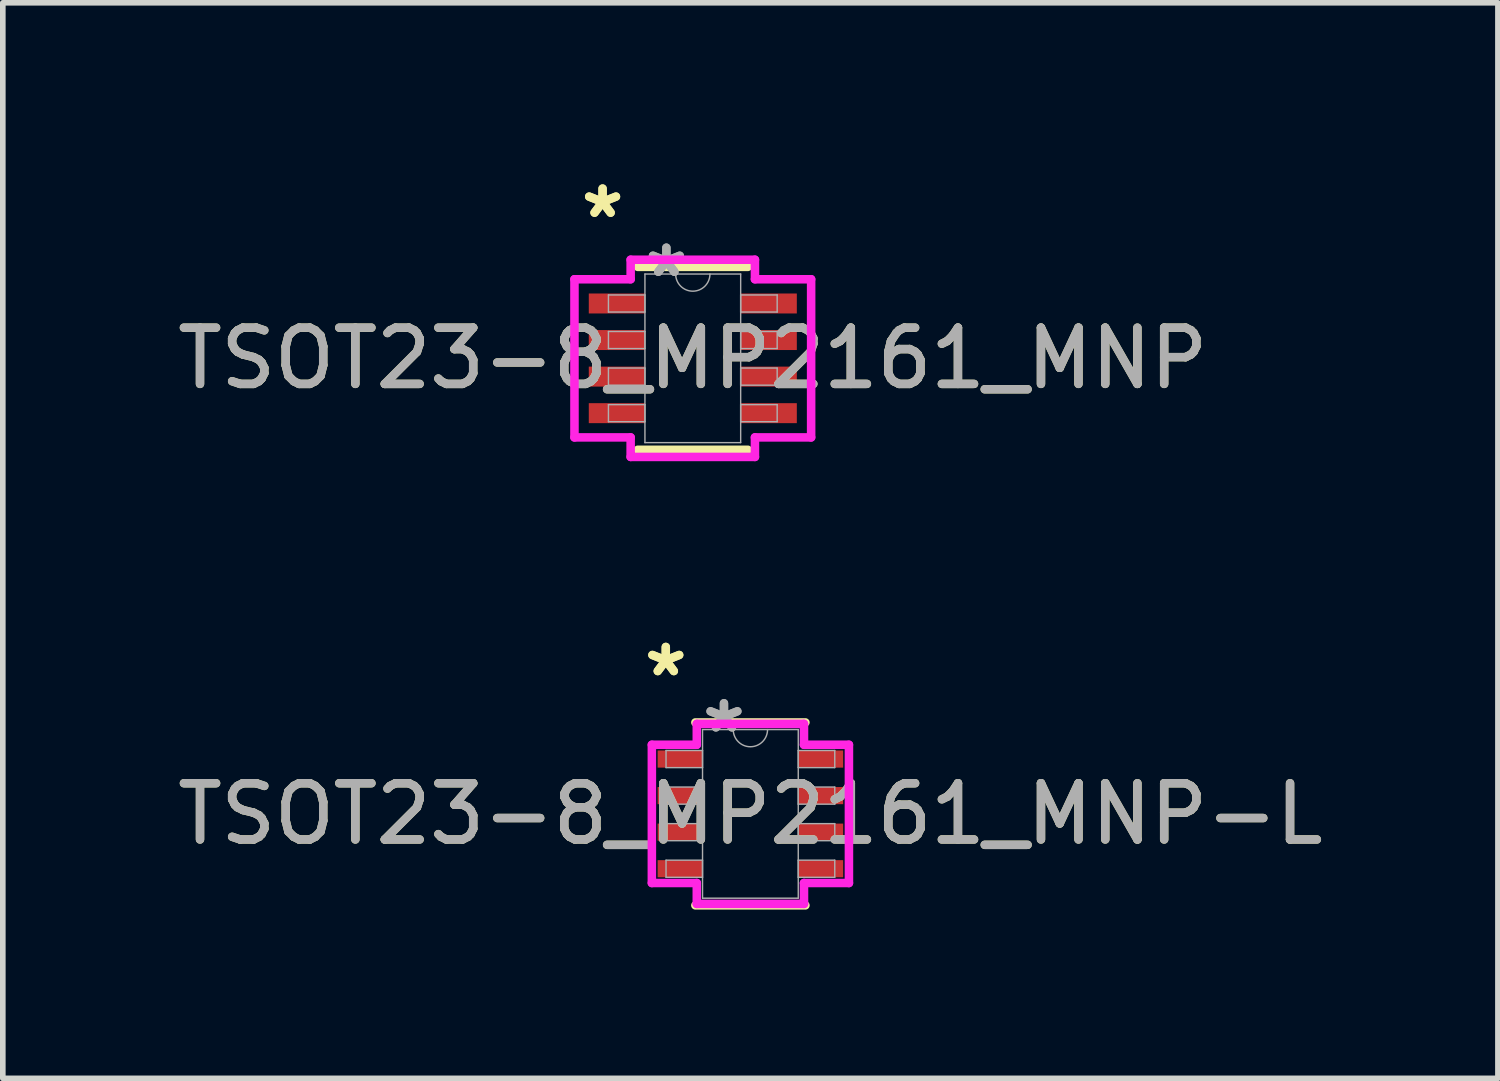
<source format=kicad_pcb>
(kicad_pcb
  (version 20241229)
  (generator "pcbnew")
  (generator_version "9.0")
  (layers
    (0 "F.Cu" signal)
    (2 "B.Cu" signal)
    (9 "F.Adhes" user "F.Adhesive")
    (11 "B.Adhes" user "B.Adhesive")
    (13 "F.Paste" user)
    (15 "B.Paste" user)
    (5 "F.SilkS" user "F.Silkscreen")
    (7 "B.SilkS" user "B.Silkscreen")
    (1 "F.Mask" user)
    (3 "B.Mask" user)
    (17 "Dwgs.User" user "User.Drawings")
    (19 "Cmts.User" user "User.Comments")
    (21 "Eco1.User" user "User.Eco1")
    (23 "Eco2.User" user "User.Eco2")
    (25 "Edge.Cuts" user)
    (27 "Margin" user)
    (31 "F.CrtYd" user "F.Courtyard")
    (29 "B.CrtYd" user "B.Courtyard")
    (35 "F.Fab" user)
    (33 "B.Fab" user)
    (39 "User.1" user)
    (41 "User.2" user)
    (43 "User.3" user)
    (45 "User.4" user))
  (footprint "TSOT23-8_MP2161_MNP"
    (layer "F.Cu")
    (at 9.268 3.321)
    (property "Reference" "TSOT23-8_MP2161_MNP" (at 0 0 0) (unlocked yes) (layer "F.SilkS") (effects (font (size 1 1) (thickness 0.15))))
    (attr smd)
    (fp_line (start -0.978 1.626) (end 0.978 1.626) (stroke (width 0.152) (type solid)) (layer "F.SilkS"))
    (fp_line (start 0.978 -1.626) (end -0.978 -1.626) (stroke (width 0.152) (type solid)) (layer "F.SilkS"))
    (fp_line (start -2.104 -1.406) (end -1.105 -1.406) (stroke (width 0.152) (type solid)) (layer "F.CrtYd"))
    (fp_line (start -2.104 1.406) (end -2.104 -1.406) (stroke (width 0.152) (type solid)) (layer "F.CrtYd"))
    (fp_line (start -2.104 1.406) (end -1.105 1.406) (stroke (width 0.152) (type solid)) (layer "F.CrtYd"))
    (fp_line (start -1.105 -1.753) (end 1.105 -1.753) (stroke (width 0.152) (type solid)) (layer "F.CrtYd"))
    (fp_line (start -1.105 -1.406) (end -1.105 -1.753) (stroke (width 0.152) (type solid)) (layer "F.CrtYd"))
    (fp_line (start -1.105 1.753) (end -1.105 1.406) (stroke (width 0.152) (type solid)) (layer "F.CrtYd"))
    (fp_line (start 1.105 -1.753) (end 1.105 -1.406) (stroke (width 0.152) (type solid)) (layer "F.CrtYd"))
    (fp_line (start 1.105 1.406) (end 1.105 1.753) (stroke (width 0.152) (type solid)) (layer "F.CrtYd"))
    (fp_line (start 1.105 1.753) (end -1.105 1.753) (stroke (width 0.152) (type solid)) (layer "F.CrtYd"))
    (fp_line (start 2.104 -1.406) (end 1.105 -1.406) (stroke (width 0.152) (type solid)) (layer "F.CrtYd"))
    (fp_line (start 2.104 -1.406) (end 2.104 1.406) (stroke (width 0.152) (type solid)) (layer "F.CrtYd"))
    (fp_line (start 2.104 1.406) (end 1.105 1.406) (stroke (width 0.152) (type solid)) (layer "F.CrtYd"))
    (fp_line (start -1.5 -1.127) (end -1.5 -0.823) (stroke (width 0.025) (type solid)) (layer "F.Fab"))
    (fp_line (start -1.5 -0.823) (end -0.851 -0.823) (stroke (width 0.025) (type solid)) (layer "F.Fab"))
    (fp_line (start -1.5 -0.477) (end -1.5 -0.173) (stroke (width 0.025) (type solid)) (layer "F.Fab"))
    (fp_line (start -1.5 -0.173) (end -0.851 -0.173) (stroke (width 0.025) (type solid)) (layer "F.Fab"))
    (fp_line (start -1.5 0.173) (end -1.5 0.477) (stroke (width 0.025) (type solid)) (layer "F.Fab"))
    (fp_line (start -1.5 0.477) (end -0.851 0.477) (stroke (width 0.025) (type solid)) (layer "F.Fab"))
    (fp_line (start -1.5 0.823) (end -1.5 1.127) (stroke (width 0.025) (type solid)) (layer "F.Fab"))
    (fp_line (start -1.5 1.127) (end -0.851 1.127) (stroke (width 0.025) (type solid)) (layer "F.Fab"))
    (fp_line (start -0.851 -1.499) (end -0.851 1.499) (stroke (width 0.025) (type solid)) (layer "F.Fab"))
    (fp_line (start -0.851 -1.127) (end -1.5 -1.127) (stroke (width 0.025) (type solid)) (layer "F.Fab"))
    (fp_line (start -0.851 -0.823) (end -0.851 -1.127) (stroke (width 0.025) (type solid)) (layer "F.Fab"))
    (fp_line (start -0.851 -0.477) (end -1.5 -0.477) (stroke (width 0.025) (type solid)) (layer "F.Fab"))
    (fp_line (start -0.851 -0.173) (end -0.851 -0.477) (stroke (width 0.025) (type solid)) (layer "F.Fab"))
    (fp_line (start -0.851 0.173) (end -1.5 0.173) (stroke (width 0.025) (type solid)) (layer "F.Fab"))
    (fp_line (start -0.851 0.477) (end -0.851 0.173) (stroke (width 0.025) (type solid)) (layer "F.Fab"))
    (fp_line (start -0.851 0.823) (end -1.5 0.823) (stroke (width 0.025) (type solid)) (layer "F.Fab"))
    (fp_line (start -0.851 1.127) (end -0.851 0.823) (stroke (width 0.025) (type solid)) (layer "F.Fab"))
    (fp_line (start -0.851 1.499) (end 0.851 1.499) (stroke (width 0.025) (type solid)) (layer "F.Fab"))
    (fp_line (start 0.851 -1.499) (end -0.851 -1.499) (stroke (width 0.025) (type solid)) (layer "F.Fab"))
    (fp_line (start 0.851 -1.127) (end 0.851 -0.823) (stroke (width 0.025) (type solid)) (layer "F.Fab"))
    (fp_line (start 0.851 -0.823) (end 1.5 -0.823) (stroke (width 0.025) (type solid)) (layer "F.Fab"))
    (fp_line (start 0.851 -0.477) (end 0.851 -0.173) (stroke (width 0.025) (type solid)) (layer "F.Fab"))
    (fp_line (start 0.851 -0.173) (end 1.5 -0.173) (stroke (width 0.025) (type solid)) (layer "F.Fab"))
    (fp_line (start 0.851 0.173) (end 0.851 0.477) (stroke (width 0.025) (type solid)) (layer "F.Fab"))
    (fp_line (start 0.851 0.477) (end 1.5 0.477) (stroke (width 0.025) (type solid)) (layer "F.Fab"))
    (fp_line (start 0.851 0.823) (end 0.851 1.127) (stroke (width 0.025) (type solid)) (layer "F.Fab"))
    (fp_line (start 0.851 1.127) (end 1.5 1.127) (stroke (width 0.025) (type solid)) (layer "F.Fab"))
    (fp_line (start 0.851 1.499) (end 0.851 -1.499) (stroke (width 0.025) (type solid)) (layer "F.Fab"))
    (fp_line (start 1.5 -1.127) (end 0.851 -1.127) (stroke (width 0.025) (type solid)) (layer "F.Fab"))
    (fp_line (start 1.5 -0.823) (end 1.5 -1.127) (stroke (width 0.025) (type solid)) (layer "F.Fab"))
    (fp_line (start 1.5 -0.477) (end 0.851 -0.477) (stroke (width 0.025) (type solid)) (layer "F.Fab"))
    (fp_line (start 1.5 -0.173) (end 1.5 -0.477) (stroke (width 0.025) (type solid)) (layer "F.Fab"))
    (fp_line (start 1.5 0.173) (end 0.851 0.173) (stroke (width 0.025) (type solid)) (layer "F.Fab"))
    (fp_line (start 1.5 0.477) (end 1.5 0.173) (stroke (width 0.025) (type solid)) (layer "F.Fab"))
    (fp_line (start 1.5 0.823) (end 0.851 0.823) (stroke (width 0.025) (type solid)) (layer "F.Fab"))
    (fp_line (start 1.5 1.127) (end 1.5 0.823) (stroke (width 0.025) (type solid)) (layer "F.Fab"))
    (fp_arc (start 0.3048 -1.4986) (mid 0 -1.1938) (end -0.3048 -1.4986) (stroke (width 0.0254) (type solid)) (layer "F.Fab"))
    (fp_text user "*" (at -1.604 -2.473 0) (unlocked yes) (layer "F.SilkS") (effects (font (size 1 1) (thickness 0.15))))
    (fp_text user "*" (at -1.604 -2.473 0) (layer "F.SilkS") (effects (font (size 1 1) (thickness 0.15))))
    (fp_text user "*" (at -0.47 -1.422 0) (layer "F.Fab") (effects (font (size 1 1) (thickness 0.15))))
    (fp_text user "*" (at -0.47 -1.422 0) (unlocked yes) (layer "F.Fab") (effects (font (size 1 1) (thickness 0.15))))
    (fp_text user "${REFERENCE}" (at 0 0 0) (unlocked yes) (layer "F.Fab") (effects (font (size 1 1) (thickness 0.15))))
    (pad "1" smd rect (at -1.35 -0.975) (size 0.999 0.355) (layers "F.Cu" "F.Mask" "F.Paste"))
    (pad "2" smd rect (at -1.35 -0.325) (size 0.999 0.355) (layers "F.Cu" "F.Mask" "F.Paste"))
    (pad "3" smd rect (at -1.35 0.325) (size 0.999 0.355) (layers "F.Cu" "F.Mask" "F.Paste"))
    (pad "4" smd rect (at -1.35 0.975) (size 0.999 0.355) (layers "F.Cu" "F.Mask" "F.Paste"))
    (pad "5" smd rect (at 1.35 0.975) (size 0.999 0.355) (layers "F.Cu" "F.Mask" "F.Paste"))
    (pad "6" smd rect (at 1.35 0.325) (size 0.999 0.355) (layers "F.Cu" "F.Mask" "F.Paste"))
    (pad "7" smd rect (at 1.35 -0.325) (size 0.999 0.355) (layers "F.Cu" "F.Mask" "F.Paste"))
    (pad "8" smd rect (at 1.35 -0.975) (size 0.999 0.355) (layers "F.Cu" "F.Mask" "F.Paste")))
  (footprint "TSOT23-8_MP2161_MNP-L"
    (layer "F.Cu")
    (at 10.292 11.421)
    (property "Reference" "TSOT23-8_MP2161_MNP-L" (at 0 0 0) (unlocked yes) (layer "F.SilkS") (effects (font (size 1 1) (thickness 0.15))))
    (attr smd)
    (fp_line (start -0.978 1.626) (end 0.978 1.626) (stroke (width 0.152) (type solid)) (layer "F.SilkS"))
    (fp_line (start 0.978 -1.626) (end -0.978 -1.626) (stroke (width 0.152) (type solid)) (layer "F.SilkS"))
    (fp_line (start -1.752 -1.229) (end -0.953 -1.229) (stroke (width 0.152) (type solid)) (layer "F.CrtYd"))
    (fp_line (start -1.752 1.229) (end -1.752 -1.229) (stroke (width 0.152) (type solid)) (layer "F.CrtYd"))
    (fp_line (start -1.752 1.229) (end -0.953 1.229) (stroke (width 0.152) (type solid)) (layer "F.CrtYd"))
    (fp_line (start -0.953 -1.6) (end 0.953 -1.6) (stroke (width 0.152) (type solid)) (layer "F.CrtYd"))
    (fp_line (start -0.953 -1.229) (end -0.953 -1.6) (stroke (width 0.152) (type solid)) (layer "F.CrtYd"))
    (fp_line (start -0.953 1.6) (end -0.953 1.229) (stroke (width 0.152) (type solid)) (layer "F.CrtYd"))
    (fp_line (start 0.953 -1.6) (end 0.953 -1.229) (stroke (width 0.152) (type solid)) (layer "F.CrtYd"))
    (fp_line (start 0.953 1.229) (end 0.953 1.6) (stroke (width 0.152) (type solid)) (layer "F.CrtYd"))
    (fp_line (start 0.953 1.6) (end -0.953 1.6) (stroke (width 0.152) (type solid)) (layer "F.CrtYd"))
    (fp_line (start 1.752 -1.229) (end 0.953 -1.229) (stroke (width 0.152) (type solid)) (layer "F.CrtYd"))
    (fp_line (start 1.752 -1.229) (end 1.752 1.229) (stroke (width 0.152) (type solid)) (layer "F.CrtYd"))
    (fp_line (start 1.752 1.229) (end 0.953 1.229) (stroke (width 0.152) (type solid)) (layer "F.CrtYd"))
    (fp_line (start -1.5 -1.127) (end -1.5 -0.823) (stroke (width 0.025) (type solid)) (layer "F.Fab"))
    (fp_line (start -1.5 -0.823) (end -0.851 -0.823) (stroke (width 0.025) (type solid)) (layer "F.Fab"))
    (fp_line (start -1.5 -0.477) (end -1.5 -0.173) (stroke (width 0.025) (type solid)) (layer "F.Fab"))
    (fp_line (start -1.5 -0.173) (end -0.851 -0.173) (stroke (width 0.025) (type solid)) (layer "F.Fab"))
    (fp_line (start -1.5 0.173) (end -1.5 0.477) (stroke (width 0.025) (type solid)) (layer "F.Fab"))
    (fp_line (start -1.5 0.477) (end -0.851 0.477) (stroke (width 0.025) (type solid)) (layer "F.Fab"))
    (fp_line (start -1.5 0.823) (end -1.5 1.127) (stroke (width 0.025) (type solid)) (layer "F.Fab"))
    (fp_line (start -1.5 1.127) (end -0.851 1.127) (stroke (width 0.025) (type solid)) (layer "F.Fab"))
    (fp_line (start -0.851 -1.499) (end -0.851 1.499) (stroke (width 0.025) (type solid)) (layer "F.Fab"))
    (fp_line (start -0.851 -1.127) (end -1.5 -1.127) (stroke (width 0.025) (type solid)) (layer "F.Fab"))
    (fp_line (start -0.851 -0.823) (end -0.851 -1.127) (stroke (width 0.025) (type solid)) (layer "F.Fab"))
    (fp_line (start -0.851 -0.477) (end -1.5 -0.477) (stroke (width 0.025) (type solid)) (layer "F.Fab"))
    (fp_line (start -0.851 -0.173) (end -0.851 -0.477) (stroke (width 0.025) (type solid)) (layer "F.Fab"))
    (fp_line (start -0.851 0.173) (end -1.5 0.173) (stroke (width 0.025) (type solid)) (layer "F.Fab"))
    (fp_line (start -0.851 0.477) (end -0.851 0.173) (stroke (width 0.025) (type solid)) (layer "F.Fab"))
    (fp_line (start -0.851 0.823) (end -1.5 0.823) (stroke (width 0.025) (type solid)) (layer "F.Fab"))
    (fp_line (start -0.851 1.127) (end -0.851 0.823) (stroke (width 0.025) (type solid)) (layer "F.Fab"))
    (fp_line (start -0.851 1.499) (end 0.851 1.499) (stroke (width 0.025) (type solid)) (layer "F.Fab"))
    (fp_line (start 0.851 -1.499) (end -0.851 -1.499) (stroke (width 0.025) (type solid)) (layer "F.Fab"))
    (fp_line (start 0.851 -1.127) (end 0.851 -0.823) (stroke (width 0.025) (type solid)) (layer "F.Fab"))
    (fp_line (start 0.851 -0.823) (end 1.5 -0.823) (stroke (width 0.025) (type solid)) (layer "F.Fab"))
    (fp_line (start 0.851 -0.477) (end 0.851 -0.173) (stroke (width 0.025) (type solid)) (layer "F.Fab"))
    (fp_line (start 0.851 -0.173) (end 1.5 -0.173) (stroke (width 0.025) (type solid)) (layer "F.Fab"))
    (fp_line (start 0.851 0.173) (end 0.851 0.477) (stroke (width 0.025) (type solid)) (layer "F.Fab"))
    (fp_line (start 0.851 0.477) (end 1.5 0.477) (stroke (width 0.025) (type solid)) (layer "F.Fab"))
    (fp_line (start 0.851 0.823) (end 0.851 1.127) (stroke (width 0.025) (type solid)) (layer "F.Fab"))
    (fp_line (start 0.851 1.127) (end 1.5 1.127) (stroke (width 0.025) (type solid)) (layer "F.Fab"))
    (fp_line (start 0.851 1.499) (end 0.851 -1.499) (stroke (width 0.025) (type solid)) (layer "F.Fab"))
    (fp_line (start 1.5 -1.127) (end 0.851 -1.127) (stroke (width 0.025) (type solid)) (layer "F.Fab"))
    (fp_line (start 1.5 -0.823) (end 1.5 -1.127) (stroke (width 0.025) (type solid)) (layer "F.Fab"))
    (fp_line (start 1.5 -0.477) (end 0.851 -0.477) (stroke (width 0.025) (type solid)) (layer "F.Fab"))
    (fp_line (start 1.5 -0.173) (end 1.5 -0.477) (stroke (width 0.025) (type solid)) (layer "F.Fab"))
    (fp_line (start 1.5 0.173) (end 0.851 0.173) (stroke (width 0.025) (type solid)) (layer "F.Fab"))
    (fp_line (start 1.5 0.477) (end 1.5 0.173) (stroke (width 0.025) (type solid)) (layer "F.Fab"))
    (fp_line (start 1.5 0.823) (end 0.851 0.823) (stroke (width 0.025) (type solid)) (layer "F.Fab"))
    (fp_line (start 1.5 1.127) (end 1.5 0.823) (stroke (width 0.025) (type solid)) (layer "F.Fab"))
    (fp_arc (start 0.3048 -1.4986) (mid 0 -1.1938) (end -0.3048 -1.4986) (stroke (width 0.0254) (type solid)) (layer "F.Fab"))
    (fp_text user "*" (at -1.504 -2.423 0) (unlocked yes) (layer "F.SilkS") (effects (font (size 1 1) (thickness 0.15))))
    (fp_text user "*" (at -1.504 -2.423 0) (layer "F.SilkS") (effects (font (size 1 1) (thickness 0.15))))
    (fp_text user "*" (at -0.47 -1.422 0) (layer "F.Fab") (effects (font (size 1 1) (thickness 0.15))))
    (fp_text user "${REFERENCE}" (at 0 0 0) (unlocked yes) (layer "F.Fab") (effects (font (size 1 1) (thickness 0.15))))
    (fp_text user "*" (at -0.47 -1.422 0) (unlocked yes) (layer "F.Fab") (effects (font (size 1 1) (thickness 0.15))))
    (pad "1" smd rect (at -1.25 -0.975) (size 0.799 0.305) (layers "F.Cu" "F.Mask" "F.Paste"))
    (pad "2" smd rect (at -1.25 -0.325) (size 0.799 0.305) (layers "F.Cu" "F.Mask" "F.Paste"))
    (pad "3" smd rect (at -1.25 0.325) (size 0.799 0.305) (layers "F.Cu" "F.Mask" "F.Paste"))
    (pad "4" smd rect (at -1.25 0.975) (size 0.799 0.305) (layers "F.Cu" "F.Mask" "F.Paste"))
    (pad "5" smd rect (at 1.25 0.975) (size 0.799 0.305) (layers "F.Cu" "F.Mask" "F.Paste"))
    (pad "6" smd rect (at 1.25 0.325) (size 0.799 0.305) (layers "F.Cu" "F.Mask" "F.Paste"))
    (pad "7" smd rect (at 1.25 -0.325) (size 0.799 0.305) (layers "F.Cu" "F.Mask" "F.Paste"))
    (pad "8" smd rect (at 1.25 -0.975) (size 0.799 0.305) (layers "F.Cu" "F.Mask" "F.Paste")))
  (gr_rect
    (start -3 -3)
    (end 23.583 16.123)
    (stroke (width 0.1) (type default))
    (fill no)
    (layer "Edge.Cuts")))
</source>
